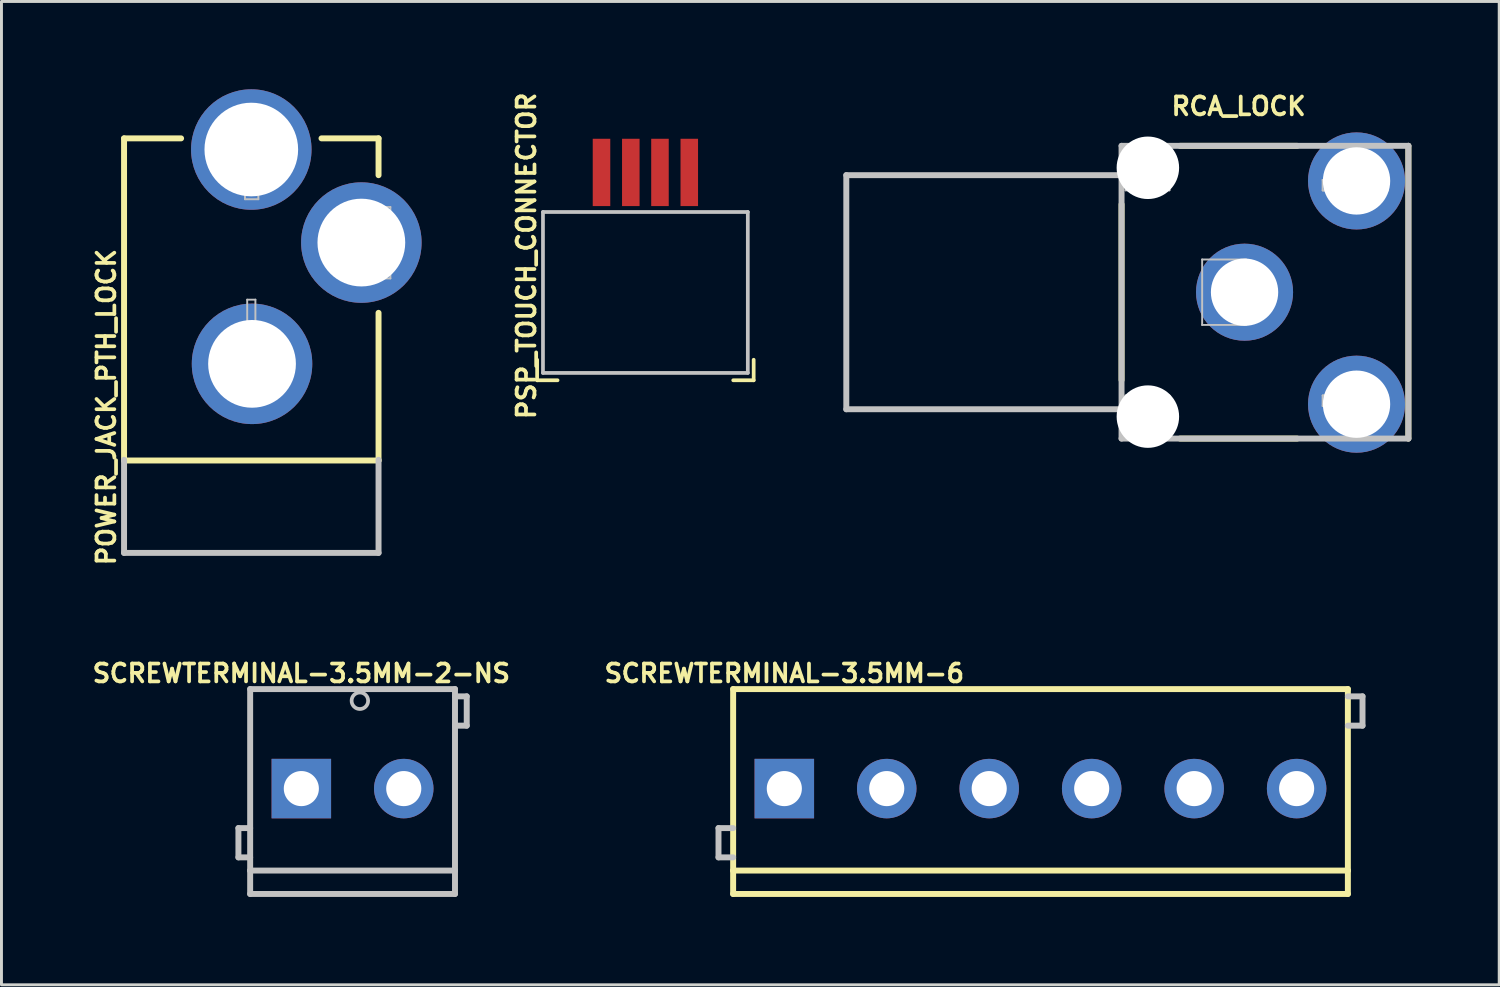
<source format=kicad_pcb>
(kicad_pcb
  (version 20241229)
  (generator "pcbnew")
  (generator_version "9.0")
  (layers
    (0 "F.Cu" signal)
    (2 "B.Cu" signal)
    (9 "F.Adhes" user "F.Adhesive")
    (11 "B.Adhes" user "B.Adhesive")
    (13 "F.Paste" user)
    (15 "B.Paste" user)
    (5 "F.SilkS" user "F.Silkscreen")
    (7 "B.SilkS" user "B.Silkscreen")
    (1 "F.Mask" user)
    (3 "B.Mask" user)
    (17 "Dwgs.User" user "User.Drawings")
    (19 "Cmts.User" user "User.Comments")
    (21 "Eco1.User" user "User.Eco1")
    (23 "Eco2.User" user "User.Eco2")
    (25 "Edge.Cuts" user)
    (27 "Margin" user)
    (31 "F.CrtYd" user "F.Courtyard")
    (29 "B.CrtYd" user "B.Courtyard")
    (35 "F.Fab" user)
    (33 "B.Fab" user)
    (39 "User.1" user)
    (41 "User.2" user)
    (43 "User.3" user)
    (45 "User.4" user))
  (footprint "SCREWTERMINAL-3.5MM-6"
    (layer "F.Cu")
    (at 23.738 23.884)
    (property "Reference" "SCREWTERMINAL-3.5MM-6" (at 0 -3.937 0) (layer "F.SilkS") (effects (font (size 0.61 0.61) (thickness 0.127))))
    (attr exclude_from_pos_files exclude_from_bom)
    (fp_line (start -1.748 -3.399) (end 19.248 -3.399) (stroke (width 0.203) (type solid)) (layer "F.SilkS"))
    (fp_line (start -1.748 2.799) (end -1.748 -3.399) (stroke (width 0.203) (type solid)) (layer "F.SilkS"))
    (fp_line (start -1.748 3.599) (end -1.748 2.799) (stroke (width 0.203) (type solid)) (layer "F.SilkS"))
    (fp_line (start 19.248 -3.399) (end 19.248 2.799) (stroke (width 0.203) (type solid)) (layer "F.SilkS"))
    (fp_line (start 19.248 2.799) (end -1.748 2.799) (stroke (width 0.203) (type solid)) (layer "F.SilkS"))
    (fp_line (start 19.248 2.799) (end 19.248 3.599) (stroke (width 0.203) (type solid)) (layer "F.SilkS"))
    (fp_line (start 19.248 3.599) (end -1.748 3.599) (stroke (width 0.203) (type solid)) (layer "F.SilkS"))
    (fp_line (start -2.248 1.349) (end -2.248 2.349) (stroke (width 0.203) (type solid)) (layer "Dwgs.User"))
    (fp_line (start -2.248 2.349) (end -1.748 2.349) (stroke (width 0.203) (type solid)) (layer "Dwgs.User"))
    (fp_line (start -1.748 1.349) (end -2.248 1.349) (stroke (width 0.203) (type solid)) (layer "Dwgs.User"))
    (fp_line (start 19.248 -3.15) (end 19.748 -3.15) (stroke (width 0.203) (type solid)) (layer "Dwgs.User"))
    (fp_line (start 19.748 -3.15) (end 19.748 -2.149) (stroke (width 0.203) (type solid)) (layer "Dwgs.User"))
    (fp_line (start 19.748 -2.149) (end 19.248 -2.149) (stroke (width 0.203) (type solid)) (layer "Dwgs.User"))
    (pad "1" thru_hole rect (at 0 0) (size 2.032 2.032) (drill 1.199) (layers "*.Cu" "*.Mask"))
    (pad "2" thru_hole circle (at 3.498 0) (size 2.032 2.032) (drill 1.199) (layers "*.Cu" "*.Mask"))
    (pad "3" thru_hole circle (at 6.998 0) (size 2.032 2.032) (drill 1.199) (layers "*.Cu" "*.Mask"))
    (pad "4" thru_hole circle (at 10.498 0) (size 2.032 2.032) (drill 1.199) (layers "*.Cu" "*.Mask"))
    (pad "5" thru_hole circle (at 13.998 0) (size 2.032 2.032) (drill 1.199) (layers "*.Cu" "*.Mask"))
    (pad "6" thru_hole circle (at 17.498 0) (size 2.032 2.032) (drill 1.199) (layers "*.Cu" "*.Mask")))
  (footprint "RCA_LOCK"
    (layer "F.Cu")
    (at 39.254 6.93)
    (property "Reference" "RCA_LOCK" (at 0 -6.35 0) (layer "F.SilkS") (effects (font (size 0.61 0.61) (thickness 0.127))))
    (attr exclude_from_pos_files exclude_from_bom)
    (fp_line (start -3.998 -3) (end -3.998 3) (stroke (width 0.203) (type solid)) (layer "F.SilkS"))
    (fp_line (start -1.999 -4.999) (end 1.999 -4.999) (stroke (width 0.203) (type solid)) (layer "F.SilkS"))
    (fp_line (start -1.999 4.999) (end 1.999 4.999) (stroke (width 0.203) (type solid)) (layer "F.SilkS"))
    (fp_line (start 5.799 -4.999) (end 5.799 4.999) (stroke (width 0.203) (type solid)) (layer "F.SilkS"))
    (fp_line (start -13.399 -3.998) (end -13.399 3.998) (stroke (width 0.203) (type solid)) (layer "Dwgs.User"))
    (fp_line (start -13.399 3.998) (end -3.998 3.998) (stroke (width 0.203) (type solid)) (layer "Dwgs.User"))
    (fp_line (start -3.998 -4.999) (end -3.998 4.999) (stroke (width 0.203) (type solid)) (layer "Dwgs.User"))
    (fp_line (start -3.998 -3.998) (end -13.399 -3.998) (stroke (width 0.203) (type solid)) (layer "Dwgs.User"))
    (fp_line (start -3.998 4.999) (end 5.799 4.999) (stroke (width 0.203) (type solid)) (layer "Dwgs.User"))
    (fp_line (start -3.861 -4.978) (end -2.362 -4.978) (stroke (width 0.066) (type solid)) (layer "Dwgs.User"))
    (fp_line (start -3.861 -3.48) (end -3.861 -4.978) (stroke (width 0.066) (type solid)) (layer "Dwgs.User"))
    (fp_line (start -3.861 -3.48) (end -2.362 -3.48) (stroke (width 0.066) (type solid)) (layer "Dwgs.User"))
    (fp_line (start -3.861 3.531) (end -2.362 3.531) (stroke (width 0.066) (type solid)) (layer "Dwgs.User"))
    (fp_line (start -3.861 5.029) (end -3.861 3.531) (stroke (width 0.066) (type solid)) (layer "Dwgs.User"))
    (fp_line (start -3.861 5.029) (end -2.362 5.029) (stroke (width 0.066) (type solid)) (layer "Dwgs.User"))
    (fp_line (start -2.362 -3.48) (end -2.362 -4.978) (stroke (width 0.066) (type solid)) (layer "Dwgs.User"))
    (fp_line (start -2.362 5.029) (end -2.362 3.531) (stroke (width 0.066) (type solid)) (layer "Dwgs.User"))
    (fp_line (start -1.245 -1.118) (end 0.254 -1.118) (stroke (width 0.066) (type solid)) (layer "Dwgs.User"))
    (fp_line (start -1.245 1.118) (end -1.245 -1.118) (stroke (width 0.066) (type solid)) (layer "Dwgs.User"))
    (fp_line (start -1.245 1.118) (end 0.254 1.118) (stroke (width 0.066) (type solid)) (layer "Dwgs.User"))
    (fp_line (start 0.254 1.118) (end 0.254 -1.118) (stroke (width 0.066) (type solid)) (layer "Dwgs.User"))
    (fp_line (start 2.87 -3.835) (end 5.105 -3.835) (stroke (width 0.066) (type solid)) (layer "Dwgs.User"))
    (fp_line (start 2.87 -3.48) (end 2.87 -3.835) (stroke (width 0.066) (type solid)) (layer "Dwgs.User"))
    (fp_line (start 2.87 -3.48) (end 5.105 -3.48) (stroke (width 0.066) (type solid)) (layer "Dwgs.User"))
    (fp_line (start 2.87 3.531) (end 5.105 3.531) (stroke (width 0.066) (type solid)) (layer "Dwgs.User"))
    (fp_line (start 2.87 3.886) (end 2.87 3.531) (stroke (width 0.066) (type solid)) (layer "Dwgs.User"))
    (fp_line (start 2.87 3.886) (end 5.105 3.886) (stroke (width 0.066) (type solid)) (layer "Dwgs.User"))
    (fp_line (start 4.47 -3.454) (end 2.87 -3.454) (stroke (width 0.025) (type solid)) (layer "Dwgs.User"))
    (fp_line (start 4.47 3.505) (end 2.87 3.505) (stroke (width 0.025) (type solid)) (layer "Dwgs.User"))
    (fp_line (start 5.105 -3.48) (end 5.105 -3.835) (stroke (width 0.066) (type solid)) (layer "Dwgs.User"))
    (fp_line (start 5.105 3.886) (end 5.105 3.531) (stroke (width 0.066) (type solid)) (layer "Dwgs.User"))
    (fp_line (start 5.799 -4.999) (end -3.998 -4.999) (stroke (width 0.203) (type solid)) (layer "Dwgs.User"))
    (fp_line (start 5.799 4.999) (end 5.799 -4.999) (stroke (width 0.203) (type solid)) (layer "Dwgs.User"))
    (pad "" np_thru_hole circle (at -3.099 -4.249) (size 2.134 2.134) (drill 2.134) (layers "*.Cu" "*.Mask"))
    (pad "" np_thru_hole circle (at -3.099 4.249) (size 2.134 2.134) (drill 2.134) (layers "*.Cu" "*.Mask"))
    (pad "PIN" thru_hole circle (at 4.028 -3.8) (size 3.315 3.315) (drill 2.299) (layers "*.Cu" "*.Mask"))
    (pad "SHEL" thru_hole circle (at 0.203 0) (size 3.315 3.315) (drill 2.299) (layers "*.Cu" "*.Mask"))
    (pad "SWIT" thru_hole circle (at 4.028 3.825) (size 3.315 3.315) (drill 2.299) (layers "*.Cu" "*.Mask")))
  (footprint "SCREWTERMINAL-3.5MM-2-NS"
    (layer "F.Cu")
    (at 7.242 23.884)
    (property "Reference" "SCREWTERMINAL-3.5MM-2-NS" (at 0 -3.937 0) (layer "F.SilkS") (effects (font (size 0.61 0.61) (thickness 0.127))))
    (attr exclude_from_pos_files exclude_from_bom)
    (fp_line (start -2.149 1.349) (end -2.149 2.349) (stroke (width 0.203) (type solid)) (layer "Dwgs.User"))
    (fp_line (start -2.149 2.349) (end -1.748 2.349) (stroke (width 0.203) (type solid)) (layer "Dwgs.User"))
    (fp_line (start -1.748 -3.399) (end 5.248 -3.399) (stroke (width 0.203) (type solid)) (layer "Dwgs.User"))
    (fp_line (start -1.748 1.349) (end -2.149 1.349) (stroke (width 0.203) (type solid)) (layer "Dwgs.User"))
    (fp_line (start -1.748 2.799) (end -1.748 -3.399) (stroke (width 0.203) (type solid)) (layer "Dwgs.User"))
    (fp_line (start -1.748 3.599) (end -1.748 2.799) (stroke (width 0.203) (type solid)) (layer "Dwgs.User"))
    (fp_line (start 5.248 -3.399) (end 5.248 2.799) (stroke (width 0.203) (type solid)) (layer "Dwgs.User"))
    (fp_line (start 5.248 -3.15) (end 5.649 -3.15) (stroke (width 0.203) (type solid)) (layer "Dwgs.User"))
    (fp_line (start 5.248 2.799) (end -1.748 2.799) (stroke (width 0.203) (type solid)) (layer "Dwgs.User"))
    (fp_line (start 5.248 2.799) (end 5.248 3.599) (stroke (width 0.203) (type solid)) (layer "Dwgs.User"))
    (fp_line (start 5.248 3.599) (end -1.748 3.599) (stroke (width 0.203) (type solid)) (layer "Dwgs.User"))
    (fp_line (start 5.649 -3.15) (end 5.649 -2.149) (stroke (width 0.203) (type solid)) (layer "Dwgs.User"))
    (fp_line (start 5.649 -2.149) (end 5.248 -2.149) (stroke (width 0.203) (type solid)) (layer "Dwgs.User"))
    (fp_circle (center 1.999 -3) (end 1.999 -3.282) (stroke (width 0.127) (type solid)) (fill no) (layer "Dwgs.User"))
    (pad "1" thru_hole rect (at 0 0) (size 2.032 2.032) (drill 1.199) (layers "*.Cu" "*.Mask"))
    (pad "2" thru_hole circle (at 3.498 0) (size 2.032 2.032) (drill 1.199) (layers "*.Cu" "*.Mask")))
  (footprint "POWER_JACK_PTH_LOCK"
    (layer "F.Cu")
    (at 5.533 15.933)
    (property "Reference" "POWER_JACK_PTH_LOCK" (at -4.953 -5.08 90) (layer "F.SilkS") (effects (font (size 0.61 0.61) (thickness 0.127))))
    (attr exclude_from_pos_files exclude_from_bom)
    (fp_line (start -4.346 -14.257) (end -2.398 -14.257) (stroke (width 0.203) (type solid)) (layer "F.SilkS"))
    (fp_line (start -4.346 -3.254) (end -4.346 -14.257) (stroke (width 0.203) (type solid)) (layer "F.SilkS"))
    (fp_line (start -4.346 -3.254) (end 4.346 -3.254) (stroke (width 0.203) (type solid)) (layer "F.SilkS"))
    (fp_line (start 4.346 -14.257) (end 2.398 -14.257) (stroke (width 0.203) (type solid)) (layer "F.SilkS"))
    (fp_line (start 4.346 -14.257) (end 4.346 -13) (stroke (width 0.203) (type solid)) (layer "F.SilkS"))
    (fp_line (start 4.346 -3.254) (end 4.346 -8.298) (stroke (width 0.203) (type solid)) (layer "F.SilkS"))
    (fp_line (start -4.346 -3.279) (end -4.346 -0.099) (stroke (width 0.203) (type solid)) (layer "Dwgs.User"))
    (fp_line (start -0.216 -15.1) (end 0.241 -15.1) (stroke (width 0.066) (type solid)) (layer "Dwgs.User"))
    (fp_line (start -0.216 -12.179) (end -0.216 -15.1) (stroke (width 0.066) (type solid)) (layer "Dwgs.User"))
    (fp_line (start -0.216 -12.179) (end 0.241 -12.179) (stroke (width 0.066) (type solid)) (layer "Dwgs.User"))
    (fp_line (start -0.14 -8.748) (end 0.14 -8.748) (stroke (width 0.066) (type solid)) (layer "Dwgs.User"))
    (fp_line (start -0.14 -6.312) (end -0.14 -8.748) (stroke (width 0.066) (type solid)) (layer "Dwgs.User"))
    (fp_line (start -0.14 -6.312) (end 0.14 -6.312) (stroke (width 0.066) (type solid)) (layer "Dwgs.User"))
    (fp_line (start 0.14 -6.312) (end 0.14 -8.748) (stroke (width 0.066) (type solid)) (layer "Dwgs.User"))
    (fp_line (start 0.241 -12.179) (end 0.241 -15.1) (stroke (width 0.066) (type solid)) (layer "Dwgs.User"))
    (fp_line (start 4.346 -0.099) (end -4.346 -0.099) (stroke (width 0.203) (type solid)) (layer "Dwgs.User"))
    (fp_line (start 4.346 -0.099) (end 4.346 -3.279) (stroke (width 0.203) (type solid)) (layer "Dwgs.User"))
    (fp_line (start 4.47 -11.913) (end 4.75 -11.913) (stroke (width 0.066) (type solid)) (layer "Dwgs.User"))
    (fp_line (start 4.47 -9.474) (end 4.47 -11.913) (stroke (width 0.066) (type solid)) (layer "Dwgs.User"))
    (fp_line (start 4.47 -9.474) (end 4.75 -9.474) (stroke (width 0.066) (type solid)) (layer "Dwgs.User"))
    (fp_line (start 4.75 -9.474) (end 4.75 -11.913) (stroke (width 0.066) (type solid)) (layer "Dwgs.User"))
    (pad "GND" thru_hole circle (at 0.025 -6.556) (size 4.115 4.115) (drill 2.997) (layers "*.Cu" "*.Mask"))
    (pad "GNDB" thru_hole circle (at 3.759 -10.698) (size 4.115 4.115) (drill 2.997) (layers "*.Cu" "*.Mask"))
    (pad "PWR" thru_hole circle (at 0 -13.876) (size 4.115 4.115) (drill 3.198) (layers "*.Cu" "*.Mask")))
  (footprint "PSP_TOUCH_CONNECTOR"
    (layer "F.Cu")
    (at 18.993 5.689)
    (property "Reference" "PSP_TOUCH_CONNECTOR" (at -4.064 0 90) (layer "F.SilkS") (effects (font (size 0.61 0.61) (thickness 0.127))))
    (attr smd)
    (fp_line (start -3.698 3.548) (end -3.698 4.249) (stroke (width 0.127) (type solid)) (layer "F.SilkS"))
    (fp_line (start -3 4.249) (end -3.698 4.249) (stroke (width 0.127) (type solid)) (layer "F.SilkS"))
    (fp_line (start 3 4.249) (end 3.698 4.249) (stroke (width 0.127) (type solid)) (layer "F.SilkS"))
    (fp_line (start 3.698 3.548) (end 3.698 4.249) (stroke (width 0.127) (type solid)) (layer "F.SilkS"))
    (fp_line (start -3.498 -1.499) (end 3.498 -1.499) (stroke (width 0.127) (type solid)) (layer "Dwgs.User"))
    (fp_line (start -3.498 3.998) (end -3.498 -1.499) (stroke (width 0.127) (type solid)) (layer "Dwgs.User"))
    (fp_line (start -3.498 3.998) (end 3.498 3.998) (stroke (width 0.127) (type solid)) (layer "Dwgs.User"))
    (fp_line (start 3.498 3.998) (end 3.498 -1.499) (stroke (width 0.127) (type solid)) (layer "Dwgs.User"))
    (pad "X1" smd rect (at 1.499 -2.85 90) (size 2.299 0.599) (layers "F.Cu" "F.Mask" "F.Paste"))
    (pad "X2" smd rect (at -0.498 -2.85 90) (size 2.299 0.599) (layers "F.Cu" "F.Mask" "F.Paste"))
    (pad "Y1" smd rect (at -1.499 -2.85 90) (size 2.299 0.599) (layers "F.Cu" "F.Mask" "F.Paste"))
    (pad "Y2" smd rect (at 0.498 -2.85 90) (size 2.299 0.599) (layers "F.Cu" "F.Mask" "F.Paste")))
  (gr_rect
    (start -3 -3)
    (end 48.155 30.585)
    (stroke (width 0.1) (type default))
    (fill no)
    (layer "Edge.Cuts")))
</source>
